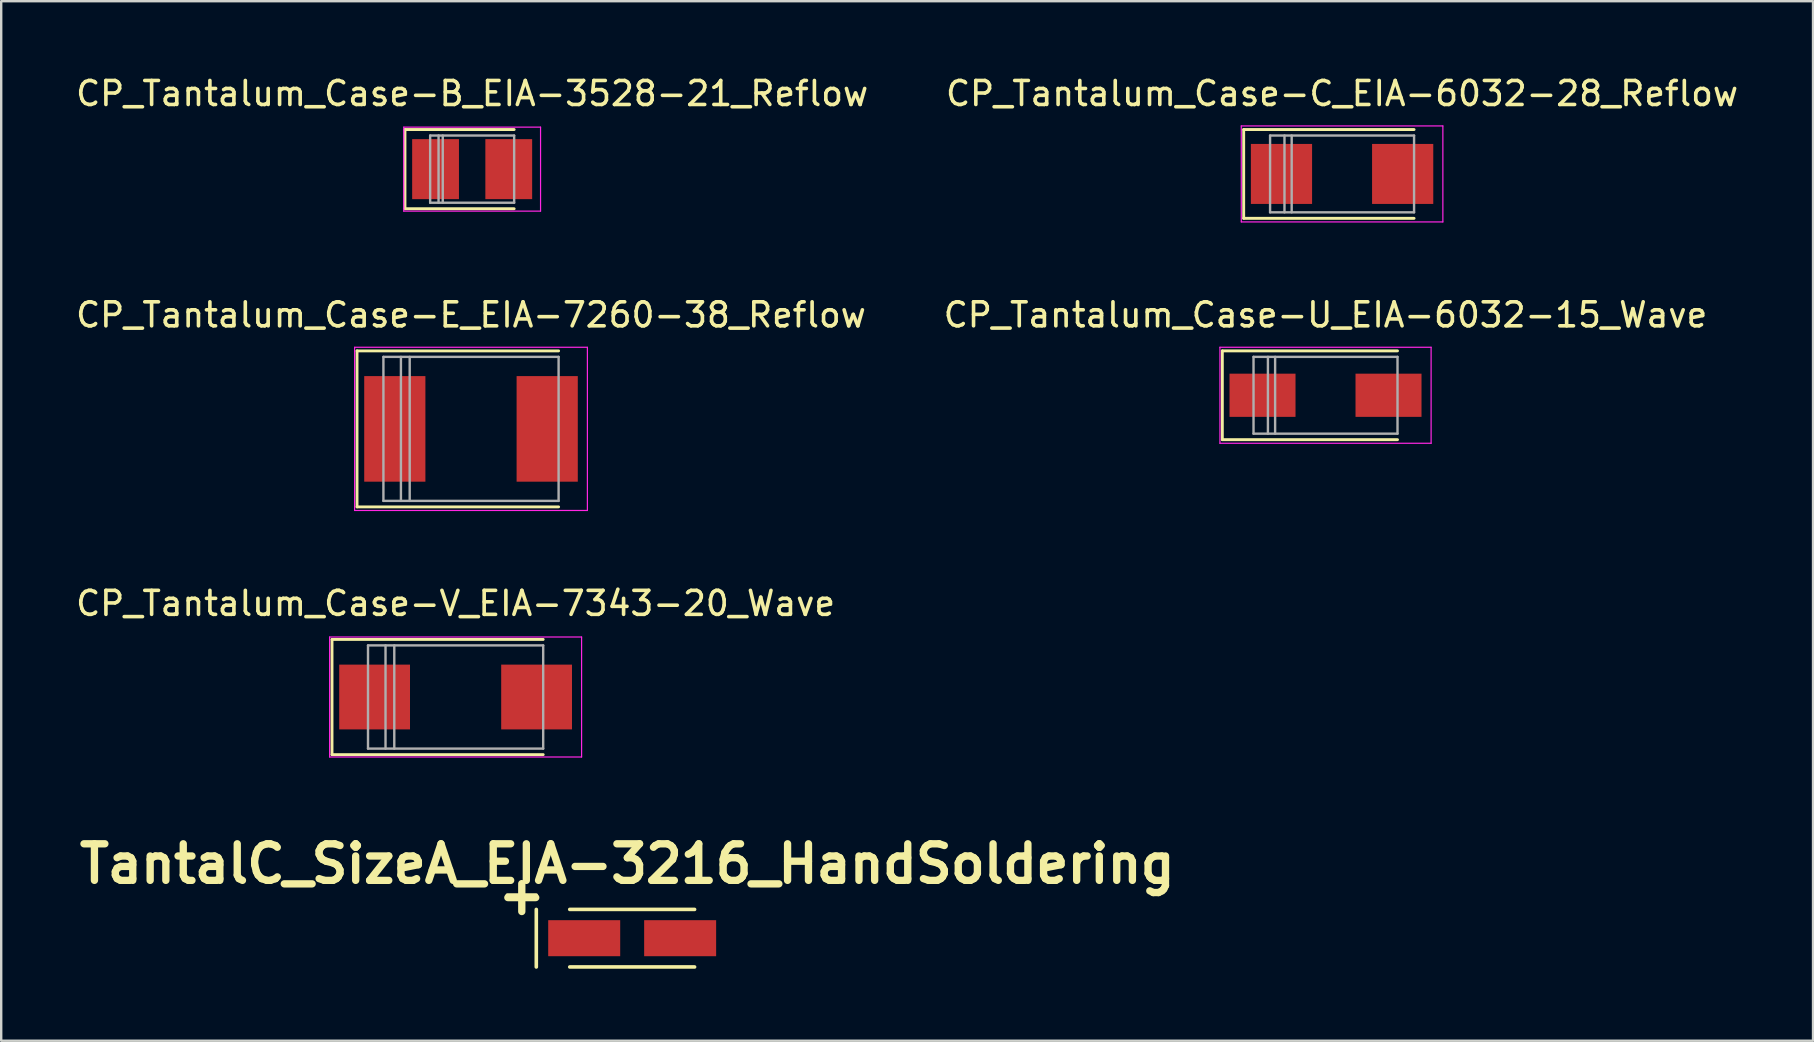
<source format=kicad_pcb>
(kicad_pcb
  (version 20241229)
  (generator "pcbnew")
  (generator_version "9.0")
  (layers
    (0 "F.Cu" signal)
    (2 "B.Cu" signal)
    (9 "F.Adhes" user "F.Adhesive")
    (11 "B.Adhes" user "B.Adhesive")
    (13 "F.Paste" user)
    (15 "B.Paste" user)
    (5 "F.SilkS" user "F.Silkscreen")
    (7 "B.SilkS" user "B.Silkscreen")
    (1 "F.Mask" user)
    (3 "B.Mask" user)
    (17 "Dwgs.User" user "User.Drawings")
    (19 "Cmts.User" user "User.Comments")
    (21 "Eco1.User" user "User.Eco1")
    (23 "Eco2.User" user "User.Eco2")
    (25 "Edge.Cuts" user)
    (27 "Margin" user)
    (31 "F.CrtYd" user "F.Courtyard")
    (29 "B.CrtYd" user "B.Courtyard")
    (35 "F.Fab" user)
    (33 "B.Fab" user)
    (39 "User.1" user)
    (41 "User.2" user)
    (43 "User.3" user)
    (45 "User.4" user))
  (footprint "CP_Tantalum_Case-B_EIA-3528-21_Reflow"
    (layer "F.Cu")
    (at 16.625 3.998)
    (property "Reference" "CP_Tantalum_Case-B_EIA-3528-21_Reflow" (at 0 -3.15 0) (layer "F.SilkS") (effects (font (size 1 1) (thickness 0.15))))
    (attr smd)
    (fp_line (start -2.8 -1.65) (end -2.8 1.65) (stroke (width 0.12) (type solid)) (layer "F.SilkS"))
    (fp_line (start -2.8 -1.65) (end 1.75 -1.65) (stroke (width 0.12) (type solid)) (layer "F.SilkS"))
    (fp_line (start -2.8 1.65) (end 1.75 1.65) (stroke (width 0.12) (type solid)) (layer "F.SilkS"))
    (fp_line (start -2.85 -1.75) (end -2.85 1.75) (stroke (width 0.05) (type solid)) (layer "F.CrtYd"))
    (fp_line (start -2.85 1.75) (end 2.85 1.75) (stroke (width 0.05) (type solid)) (layer "F.CrtYd"))
    (fp_line (start 2.85 -1.75) (end -2.85 -1.75) (stroke (width 0.05) (type solid)) (layer "F.CrtYd"))
    (fp_line (start 2.85 1.75) (end 2.85 -1.75) (stroke (width 0.05) (type solid)) (layer "F.CrtYd"))
    (fp_line (start -1.75 -1.4) (end -1.75 1.4) (stroke (width 0.1) (type solid)) (layer "F.Fab"))
    (fp_line (start -1.75 1.4) (end 1.75 1.4) (stroke (width 0.1) (type solid)) (layer "F.Fab"))
    (fp_line (start -1.4 -1.4) (end -1.4 1.4) (stroke (width 0.1) (type solid)) (layer "F.Fab"))
    (fp_line (start -1.225 -1.4) (end -1.225 1.4) (stroke (width 0.1) (type solid)) (layer "F.Fab"))
    (fp_line (start 1.75 -1.4) (end -1.75 -1.4) (stroke (width 0.1) (type solid)) (layer "F.Fab"))
    (fp_line (start 1.75 1.4) (end 1.75 -1.4) (stroke (width 0.1) (type solid)) (layer "F.Fab"))
    (pad "1" smd rect (at -1.525 0) (size 1.95 2.5) (layers "F.Cu" "F.Mask" "F.Paste"))
    (pad "2" smd rect (at 1.525 0) (size 1.95 2.5) (layers "F.Cu" "F.Mask" "F.Paste")))
  (footprint "CP_Tantalum_Case-U_EIA-6032-15_Wave"
    (layer "F.Cu")
    (at 52.185 13.421)
    (property "Reference" "CP_Tantalum_Case-U_EIA-6032-15_Wave" (at 0 -3.35 0) (layer "F.SilkS") (effects (font (size 1 1) (thickness 0.15))))
    (attr smd)
    (fp_line (start -4.3 -1.85) (end -4.3 1.85) (stroke (width 0.12) (type solid)) (layer "F.SilkS"))
    (fp_line (start -4.3 -1.85) (end 3 -1.85) (stroke (width 0.12) (type solid)) (layer "F.SilkS"))
    (fp_line (start -4.3 1.85) (end 3 1.85) (stroke (width 0.12) (type solid)) (layer "F.SilkS"))
    (fp_line (start -4.4 -2) (end -4.4 2) (stroke (width 0.05) (type solid)) (layer "F.CrtYd"))
    (fp_line (start -4.4 2) (end 4.4 2) (stroke (width 0.05) (type solid)) (layer "F.CrtYd"))
    (fp_line (start 4.4 -2) (end -4.4 -2) (stroke (width 0.05) (type solid)) (layer "F.CrtYd"))
    (fp_line (start 4.4 2) (end 4.4 -2) (stroke (width 0.05) (type solid)) (layer "F.CrtYd"))
    (fp_line (start -3 -1.6) (end -3 1.6) (stroke (width 0.1) (type solid)) (layer "F.Fab"))
    (fp_line (start -3 1.6) (end 3 1.6) (stroke (width 0.1) (type solid)) (layer "F.Fab"))
    (fp_line (start -2.4 -1.6) (end -2.4 1.6) (stroke (width 0.1) (type solid)) (layer "F.Fab"))
    (fp_line (start -2.1 -1.6) (end -2.1 1.6) (stroke (width 0.1) (type solid)) (layer "F.Fab"))
    (fp_line (start 3 -1.6) (end -3 -1.6) (stroke (width 0.1) (type solid)) (layer "F.Fab"))
    (fp_line (start 3 1.6) (end 3 -1.6) (stroke (width 0.1) (type solid)) (layer "F.Fab"))
    (pad "1" smd rect (at -2.625 0) (size 2.75 1.8) (layers "F.Cu" "F.Mask" "F.Paste"))
    (pad "2" smd rect (at 2.625 0) (size 2.75 1.8) (layers "F.Cu" "F.Mask" "F.Paste")))
  (footprint "CP_Tantalum_Case-E_EIA-7260-38_Reflow"
    (layer "F.Cu")
    (at 16.577 14.822)
    (property "Reference" "CP_Tantalum_Case-E_EIA-7260-38_Reflow" (at 0 -4.75 0) (layer "F.SilkS") (effects (font (size 1 1) (thickness 0.15))))
    (attr smd)
    (fp_line (start -4.75 -3.25) (end -4.75 3.25) (stroke (width 0.12) (type solid)) (layer "F.SilkS"))
    (fp_line (start -4.75 -3.25) (end 3.65 -3.25) (stroke (width 0.12) (type solid)) (layer "F.SilkS"))
    (fp_line (start -4.75 3.25) (end 3.65 3.25) (stroke (width 0.12) (type solid)) (layer "F.SilkS"))
    (fp_line (start -4.85 -3.4) (end -4.85 3.4) (stroke (width 0.05) (type solid)) (layer "F.CrtYd"))
    (fp_line (start -4.85 3.4) (end 4.85 3.4) (stroke (width 0.05) (type solid)) (layer "F.CrtYd"))
    (fp_line (start 4.85 -3.4) (end -4.85 -3.4) (stroke (width 0.05) (type solid)) (layer "F.CrtYd"))
    (fp_line (start 4.85 3.4) (end 4.85 -3.4) (stroke (width 0.05) (type solid)) (layer "F.CrtYd"))
    (fp_line (start -3.65 -3) (end -3.65 3) (stroke (width 0.1) (type solid)) (layer "F.Fab"))
    (fp_line (start -3.65 3) (end 3.65 3) (stroke (width 0.1) (type solid)) (layer "F.Fab"))
    (fp_line (start -2.92 -3) (end -2.92 3) (stroke (width 0.1) (type solid)) (layer "F.Fab"))
    (fp_line (start -2.555 -3) (end -2.555 3) (stroke (width 0.1) (type solid)) (layer "F.Fab"))
    (fp_line (start 3.65 -3) (end -3.65 -3) (stroke (width 0.1) (type solid)) (layer "F.Fab"))
    (fp_line (start 3.65 3) (end 3.65 -3) (stroke (width 0.1) (type solid)) (layer "F.Fab"))
    (pad "1" smd rect (at -3.175 0) (size 2.55 4.4) (layers "F.Cu" "F.Mask" "F.Paste"))
    (pad "2" smd rect (at 3.175 0) (size 2.55 4.4) (layers "F.Cu" "F.Mask" "F.Paste")))
  (footprint "CP_Tantalum_Case-V_EIA-7343-20_Wave"
    (layer "F.Cu")
    (at 15.935 25.995)
    (property "Reference" "CP_Tantalum_Case-V_EIA-7343-20_Wave" (at 0 -3.9 0) (layer "F.SilkS") (effects (font (size 1 1) (thickness 0.15))))
    (attr smd)
    (fp_line (start -5.15 -2.4) (end -5.15 2.4) (stroke (width 0.12) (type solid)) (layer "F.SilkS"))
    (fp_line (start -5.15 -2.4) (end 3.65 -2.4) (stroke (width 0.12) (type solid)) (layer "F.SilkS"))
    (fp_line (start -5.15 2.4) (end 3.65 2.4) (stroke (width 0.12) (type solid)) (layer "F.SilkS"))
    (fp_line (start -5.25 -2.5) (end -5.25 2.5) (stroke (width 0.05) (type solid)) (layer "F.CrtYd"))
    (fp_line (start -5.25 2.5) (end 5.25 2.5) (stroke (width 0.05) (type solid)) (layer "F.CrtYd"))
    (fp_line (start 5.25 -2.5) (end -5.25 -2.5) (stroke (width 0.05) (type solid)) (layer "F.CrtYd"))
    (fp_line (start 5.25 2.5) (end 5.25 -2.5) (stroke (width 0.05) (type solid)) (layer "F.CrtYd"))
    (fp_line (start -3.65 -2.15) (end -3.65 2.15) (stroke (width 0.1) (type solid)) (layer "F.Fab"))
    (fp_line (start -3.65 2.15) (end 3.65 2.15) (stroke (width 0.1) (type solid)) (layer "F.Fab"))
    (fp_line (start -2.92 -2.15) (end -2.92 2.15) (stroke (width 0.1) (type solid)) (layer "F.Fab"))
    (fp_line (start -2.555 -2.15) (end -2.555 2.15) (stroke (width 0.1) (type solid)) (layer "F.Fab"))
    (fp_line (start 3.65 -2.15) (end -3.65 -2.15) (stroke (width 0.1) (type solid)) (layer "F.Fab"))
    (fp_line (start 3.65 2.15) (end 3.65 -2.15) (stroke (width 0.1) (type solid)) (layer "F.Fab"))
    (pad "1" smd rect (at -3.375 0) (size 2.95 2.7) (layers "F.Cu" "F.Mask" "F.Paste"))
    (pad "2" smd rect (at 3.375 0) (size 2.95 2.7) (layers "F.Cu" "F.Mask" "F.Paste")))
  (footprint "CP_Tantalum_Case-C_EIA-6032-28_Reflow"
    (layer "F.Cu")
    (at 52.875 4.198)
    (property "Reference" "CP_Tantalum_Case-C_EIA-6032-28_Reflow" (at 0 -3.35 0) (layer "F.SilkS") (effects (font (size 1 1) (thickness 0.15))))
    (attr smd)
    (fp_line (start -4.1 -1.85) (end -4.1 1.85) (stroke (width 0.12) (type solid)) (layer "F.SilkS"))
    (fp_line (start -4.1 -1.85) (end 3 -1.85) (stroke (width 0.12) (type solid)) (layer "F.SilkS"))
    (fp_line (start -4.1 1.85) (end 3 1.85) (stroke (width 0.12) (type solid)) (layer "F.SilkS"))
    (fp_line (start -4.2 -2) (end -4.2 2) (stroke (width 0.05) (type solid)) (layer "F.CrtYd"))
    (fp_line (start -4.2 2) (end 4.2 2) (stroke (width 0.05) (type solid)) (layer "F.CrtYd"))
    (fp_line (start 4.2 -2) (end -4.2 -2) (stroke (width 0.05) (type solid)) (layer "F.CrtYd"))
    (fp_line (start 4.2 2) (end 4.2 -2) (stroke (width 0.05) (type solid)) (layer "F.CrtYd"))
    (fp_line (start -3 -1.6) (end -3 1.6) (stroke (width 0.1) (type solid)) (layer "F.Fab"))
    (fp_line (start -3 1.6) (end 3 1.6) (stroke (width 0.1) (type solid)) (layer "F.Fab"))
    (fp_line (start -2.4 -1.6) (end -2.4 1.6) (stroke (width 0.1) (type solid)) (layer "F.Fab"))
    (fp_line (start -2.1 -1.6) (end -2.1 1.6) (stroke (width 0.1) (type solid)) (layer "F.Fab"))
    (fp_line (start 3 -1.6) (end -3 -1.6) (stroke (width 0.1) (type solid)) (layer "F.Fab"))
    (fp_line (start 3 1.6) (end 3 -1.6) (stroke (width 0.1) (type solid)) (layer "F.Fab"))
    (pad "1" smd rect (at -2.525 0) (size 2.55 2.5) (layers "F.Cu" "F.Mask" "F.Paste"))
    (pad "2" smd rect (at 2.525 0) (size 2.55 2.5) (layers "F.Cu" "F.Mask" "F.Paste")))
  (footprint "TantalC_SizeA_EIA-3216_HandSoldering"
    (layer "F.Cu")
    (at 23.293 36.045)
    (property "Reference" "TantalC_SizeA_EIA-3216_HandSoldering" (at -0.201 -3.099 0) (layer "F.SilkS") (effects (font (size 1.524 1.524) (thickness 0.305))))
    (attr smd)
    (fp_line (start -5.199 -1.798) (end -4 -1.798) (stroke (width 0.15) (type solid)) (layer "F.SilkS"))
    (fp_line (start -4.6 -2.299) (end -4.6 -1.199) (stroke (width 0.15) (type solid)) (layer "F.SilkS"))
    (fp_line (start -3.995 -1.199) (end -3.995 1.199) (stroke (width 0.15) (type solid)) (layer "F.SilkS"))
    (fp_line (start -2.601 1.199) (end 2.601 1.199) (stroke (width 0.15) (type solid)) (layer "F.SilkS"))
    (fp_line (start 2.601 -1.199) (end -2.601 -1.199) (stroke (width 0.15) (type solid)) (layer "F.SilkS"))
    (fp_text user "+" (at -4.6 -1.801 0) (layer "F.SilkS") (effects (font (size 1.524 1.524) (thickness 0.305))))
    (pad "1" smd rect (at -1.999 0) (size 3 1.501) (layers "F.Cu" "F.Mask" "F.Paste"))
    (pad "2" smd rect (at 1.999 0) (size 3 1.501) (layers "F.Cu" "F.Mask" "F.Paste")))
  (gr_rect
    (start -3 -3)
    (end 72.5 40.319)
    (stroke (width 0.1) (type default))
    (fill no)
    (layer "Edge.Cuts")))
</source>
